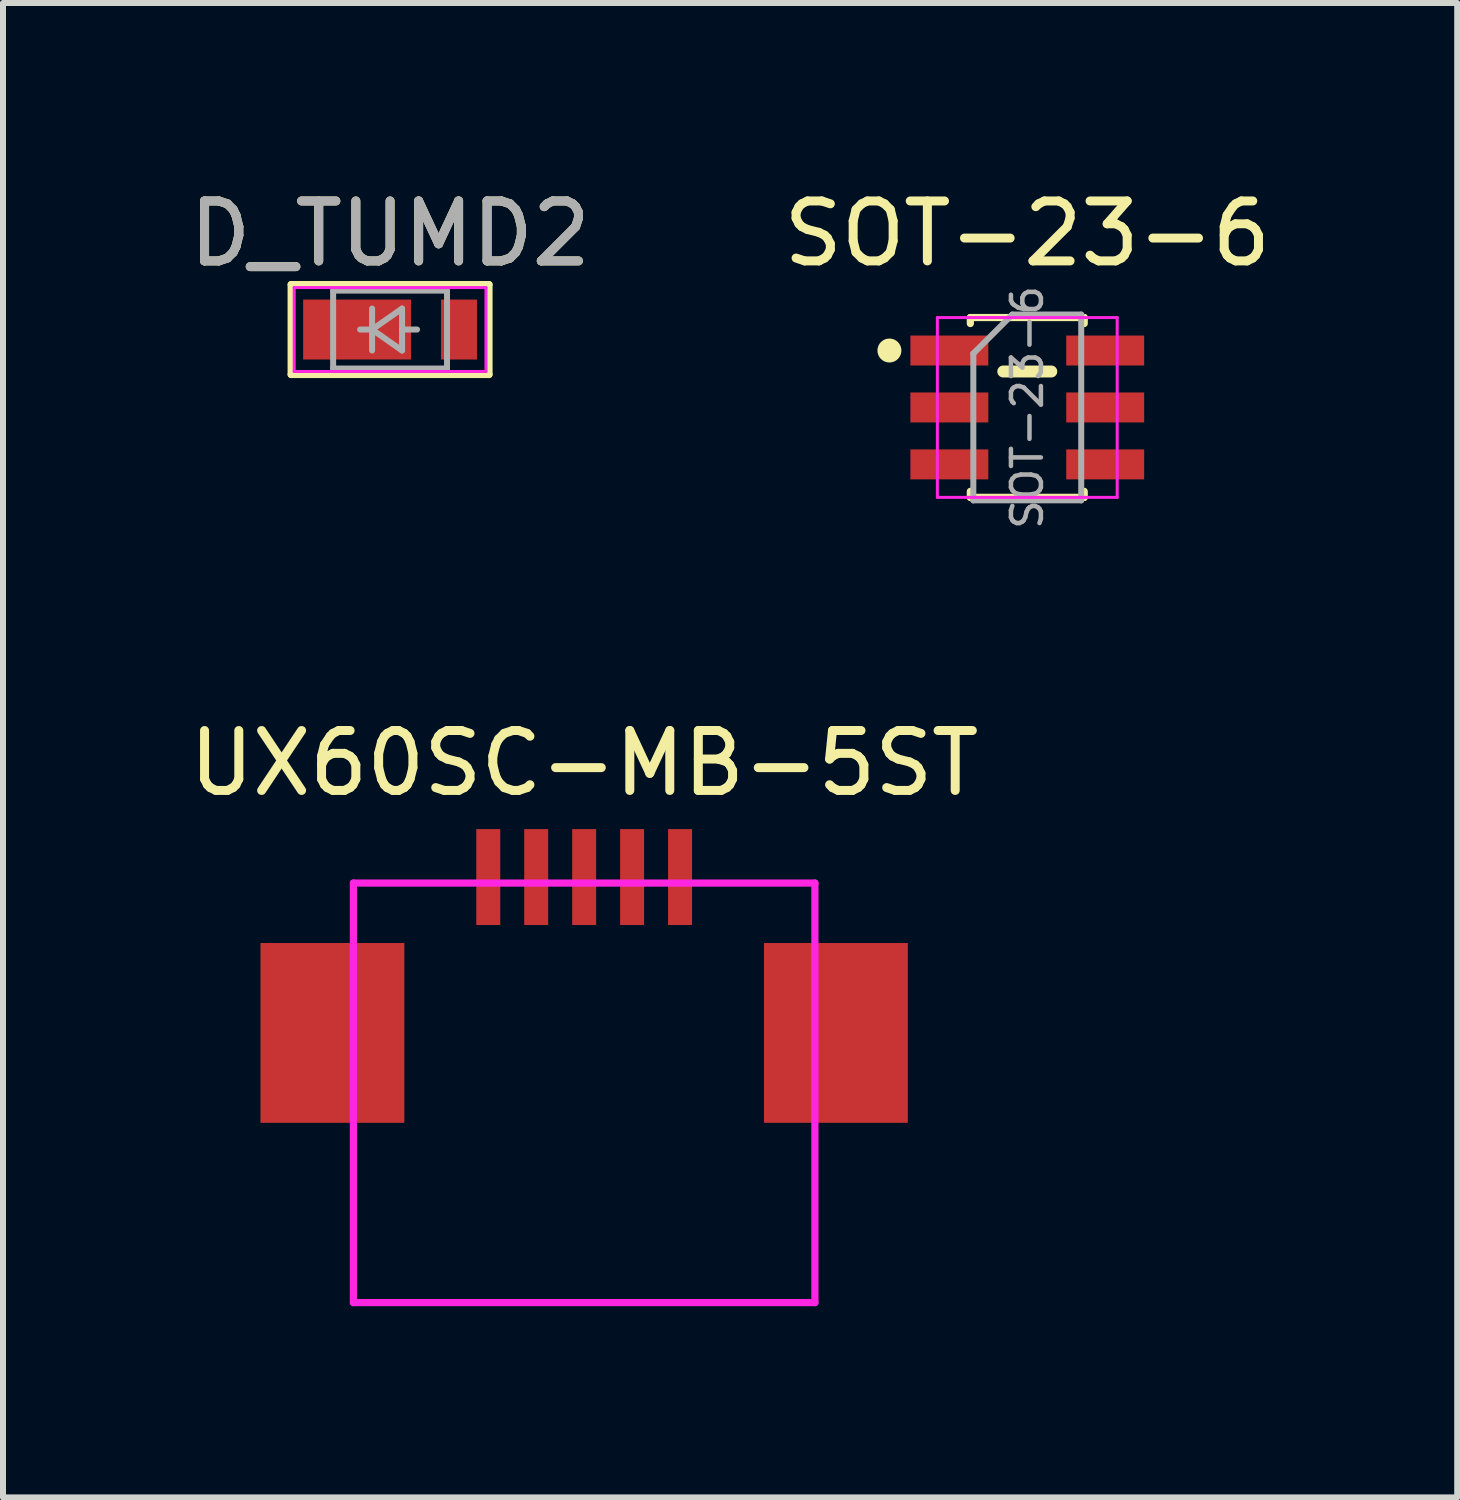
<source format=kicad_pcb>
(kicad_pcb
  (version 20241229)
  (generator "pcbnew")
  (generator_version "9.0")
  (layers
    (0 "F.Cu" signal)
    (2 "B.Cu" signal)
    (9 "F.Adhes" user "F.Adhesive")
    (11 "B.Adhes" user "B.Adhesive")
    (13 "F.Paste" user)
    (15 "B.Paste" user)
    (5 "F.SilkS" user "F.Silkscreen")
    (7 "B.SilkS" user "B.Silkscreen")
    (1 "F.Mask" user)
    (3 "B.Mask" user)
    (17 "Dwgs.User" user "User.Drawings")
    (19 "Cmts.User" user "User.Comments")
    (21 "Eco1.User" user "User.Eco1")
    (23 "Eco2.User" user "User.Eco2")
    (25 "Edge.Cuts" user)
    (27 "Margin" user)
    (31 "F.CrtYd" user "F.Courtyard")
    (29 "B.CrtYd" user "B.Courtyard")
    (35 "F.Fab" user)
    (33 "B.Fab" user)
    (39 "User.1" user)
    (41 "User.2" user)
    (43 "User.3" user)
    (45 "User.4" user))
  (footprint "SOT-23-6"
    (layer "F.Cu")
    (at 14.089 3.748)
    (property "Reference" "SOT-23-6" (at 0 -2.9 0) (layer "F.SilkS") (effects (font (size 1 1) (thickness 0.15))))
    (attr smd)
    (fp_line (start -0.95 -1.5) (end -0.95 -1.4) (stroke (width 0.12) (type solid)) (layer "F.SilkS"))
    (fp_line (start -0.95 1.4) (end -0.95 1.5) (stroke (width 0.12) (type solid)) (layer "F.SilkS"))
    (fp_line (start -0.95 1.5) (end 0.95 1.5) (stroke (width 0.12) (type solid)) (layer "F.SilkS"))
    (fp_line (start -0.4 -0.6) (end 0.4 -0.6) (stroke (width 0.2) (type solid)) (layer "F.SilkS"))
    (fp_line (start 0.95 -1.5) (end -0.95 -1.5) (stroke (width 0.12) (type solid)) (layer "F.SilkS"))
    (fp_line (start 0.95 -1.4) (end 0.95 -1.5) (stroke (width 0.12) (type solid)) (layer "F.SilkS"))
    (fp_line (start 0.95 1.5) (end 0.95 1.4) (stroke (width 0.12) (type solid)) (layer "F.SilkS"))
    (fp_circle (center -2.3 -0.95) (end -2.2 -0.95) (stroke (width 0.2) (type solid)) (fill no) (layer "F.SilkS"))
    (fp_line (start -1.5 -1.5) (end -1.5 1.5) (stroke (width 0.05) (type solid)) (layer "F.CrtYd"))
    (fp_line (start -1.5 1.5) (end 1.5 1.5) (stroke (width 0.05) (type solid)) (layer "F.CrtYd"))
    (fp_line (start 1.5 -1.5) (end -1.5 -1.5) (stroke (width 0.05) (type solid)) (layer "F.CrtYd"))
    (fp_line (start 1.5 1.5) (end 1.5 -1.5) (stroke (width 0.05) (type solid)) (layer "F.CrtYd"))
    (fp_line (start -0.9 -0.9) (end -0.9 1.55) (stroke (width 0.1) (type solid)) (layer "F.Fab"))
    (fp_line (start -0.9 -0.9) (end -0.25 -1.55) (stroke (width 0.1) (type solid)) (layer "F.Fab"))
    (fp_line (start 0.9 -1.55) (end -0.25 -1.55) (stroke (width 0.1) (type solid)) (layer "F.Fab"))
    (fp_line (start 0.9 -1.55) (end 0.9 1.55) (stroke (width 0.1) (type solid)) (layer "F.Fab"))
    (fp_line (start 0.9 1.55) (end -0.9 1.55) (stroke (width 0.1) (type solid)) (layer "F.Fab"))
    (fp_text user "${REFERENCE}" (at 0 0 90) (layer "F.Fab") (effects (font (size 0.5 0.5) (thickness 0.075))))
    (pad "1" smd rect (at -1.3 -0.95) (size 1.3 0.5) (layers "F.Cu" "F.Mask" "F.Paste"))
    (pad "2" smd rect (at -1.3 0) (size 1.3 0.5) (layers "F.Cu" "F.Mask" "F.Paste"))
    (pad "3" smd rect (at -1.3 0.95) (size 1.3 0.5) (layers "F.Cu" "F.Mask" "F.Paste"))
    (pad "4" smd rect (at 1.3 0.95) (size 1.3 0.5) (layers "F.Cu" "F.Mask" "F.Paste"))
    (pad "5" smd rect (at 1.3 0) (size 1.3 0.5) (layers "F.Cu" "F.Mask" "F.Paste"))
    (pad "6" smd rect (at 1.3 -0.95) (size 1.3 0.5) (layers "F.Cu" "F.Mask" "F.Paste")))
  (footprint "D_TUMD2"
    (layer "F.Cu")
    (at 3.458 2.448)
    (property "Reference" "D_TUMD2" (at 0 -1.6 0) (layer "F.SilkS") (effects (font (size 1 1) (thickness 0.15))))
    (attr smd)
    (fp_line (start -1.65 -0.75) (end 1.65 -0.75) (stroke (width 0.12) (type solid)) (layer "F.SilkS"))
    (fp_line (start -1.65 0.75) (end -1.65 -0.75) (stroke (width 0.12) (type solid)) (layer "F.SilkS"))
    (fp_line (start 1.65 0.75) (end -1.65 0.75) (stroke (width 0.12) (type solid)) (layer "F.SilkS"))
    (fp_line (start 1.65 0.75) (end 1.65 -0.75) (stroke (width 0.12) (type solid)) (layer "F.SilkS"))
    (fp_line (start -1.6 -0.7) (end 1.6 -0.7) (stroke (width 0.05) (type solid)) (layer "F.CrtYd"))
    (fp_line (start -1.6 0.7) (end -1.6 -0.7) (stroke (width 0.05) (type solid)) (layer "F.CrtYd"))
    (fp_line (start 1.6 -0.7) (end 1.6 0.7) (stroke (width 0.05) (type solid)) (layer "F.CrtYd"))
    (fp_line (start 1.6 0.7) (end -1.6 0.7) (stroke (width 0.05) (type solid)) (layer "F.CrtYd"))
    (fp_line (start -0.95 -0.65) (end 0.95 -0.65) (stroke (width 0.1) (type solid)) (layer "F.Fab"))
    (fp_line (start -0.95 0.65) (end -0.95 -0.65) (stroke (width 0.1) (type solid)) (layer "F.Fab"))
    (fp_line (start -0.3 -0.35) (end -0.3 0.35) (stroke (width 0.1) (type solid)) (layer "F.Fab"))
    (fp_line (start -0.3 0) (end -0.5 0) (stroke (width 0.1) (type solid)) (layer "F.Fab"))
    (fp_line (start -0.3 0) (end 0.2 -0.35) (stroke (width 0.1) (type solid)) (layer "F.Fab"))
    (fp_line (start 0.2 -0.35) (end 0.2 0.35) (stroke (width 0.1) (type solid)) (layer "F.Fab"))
    (fp_line (start 0.2 0) (end 0.45 0) (stroke (width 0.1) (type solid)) (layer "F.Fab"))
    (fp_line (start 0.2 0.35) (end -0.3 0) (stroke (width 0.1) (type solid)) (layer "F.Fab"))
    (fp_line (start 0.95 -0.65) (end 0.95 0.65) (stroke (width 0.1) (type solid)) (layer "F.Fab"))
    (fp_line (start 0.95 0.65) (end -0.95 0.65) (stroke (width 0.1) (type solid)) (layer "F.Fab"))
    (fp_text user "${REFERENCE}" (at 0 -1.6 0) (layer "F.Fab") (effects (font (size 1 1) (thickness 0.15))))
    (pad "1" smd rect (at -0.55 0 180) (size 1.8 1) (layers "F.Cu" "F.Mask" "F.Paste"))
    (pad "2" smd rect (at 1.15 0 180) (size 0.6 1) (layers "F.Cu" "F.Mask" "F.Paste")))
  (footprint "UX60SC-MB-5ST"
    (layer "F.Cu")
    (at 6.696 18.683)
    (property "Reference" "UX60SC-MB-5ST" (at 0 -9 0) (layer "F.SilkS") (effects (font (size 1 1) (thickness 0.15))))
    (attr through_hole)
    (fp_line (start -3.85 -7) (end 3.85 -7) (stroke (width 0.12) (type solid)) (layer "F.CrtYd"))
    (fp_line (start -3.85 0) (end -3.85 -7) (stroke (width 0.12) (type solid)) (layer "F.CrtYd"))
    (fp_line (start 3.85 -7) (end 3.85 0) (stroke (width 0.12) (type solid)) (layer "F.CrtYd"))
    (fp_line (start 3.85 0) (end -3.85 0) (stroke (width 0.12) (type solid)) (layer "F.CrtYd"))
    (pad "1" smd rect (at -1.6 -7.1) (size 0.4 1.6) (layers "F.Cu" "F.Mask" "F.Paste"))
    (pad "2" smd rect (at -0.8 -7.1) (size 0.4 1.6) (layers "F.Cu" "F.Mask" "F.Paste"))
    (pad "3" smd rect (at 0 -7.1) (size 0.4 1.6) (layers "F.Cu" "F.Mask" "F.Paste"))
    (pad "4" smd rect (at 0.8 -7.1) (size 0.4 1.6) (layers "F.Cu" "F.Mask" "F.Paste"))
    (pad "5" smd rect (at 1.6 -7.1) (size 0.4 1.6) (layers "F.Cu" "F.Mask" "F.Paste"))
    (pad "6" smd rect (at -4.2 -4.5 180) (size 2.4 3) (layers "F.Cu" "F.Mask" "F.Paste"))
    (pad "6" smd rect (at 4.2 -4.5 180) (size 2.4 3) (layers "F.Cu" "F.Mask" "F.Paste")))
  (gr_rect
    (start -3 -3)
    (end 21.262 21.933)
    (stroke (width 0.1) (type default))
    (fill no)
    (layer "Edge.Cuts")))
</source>
